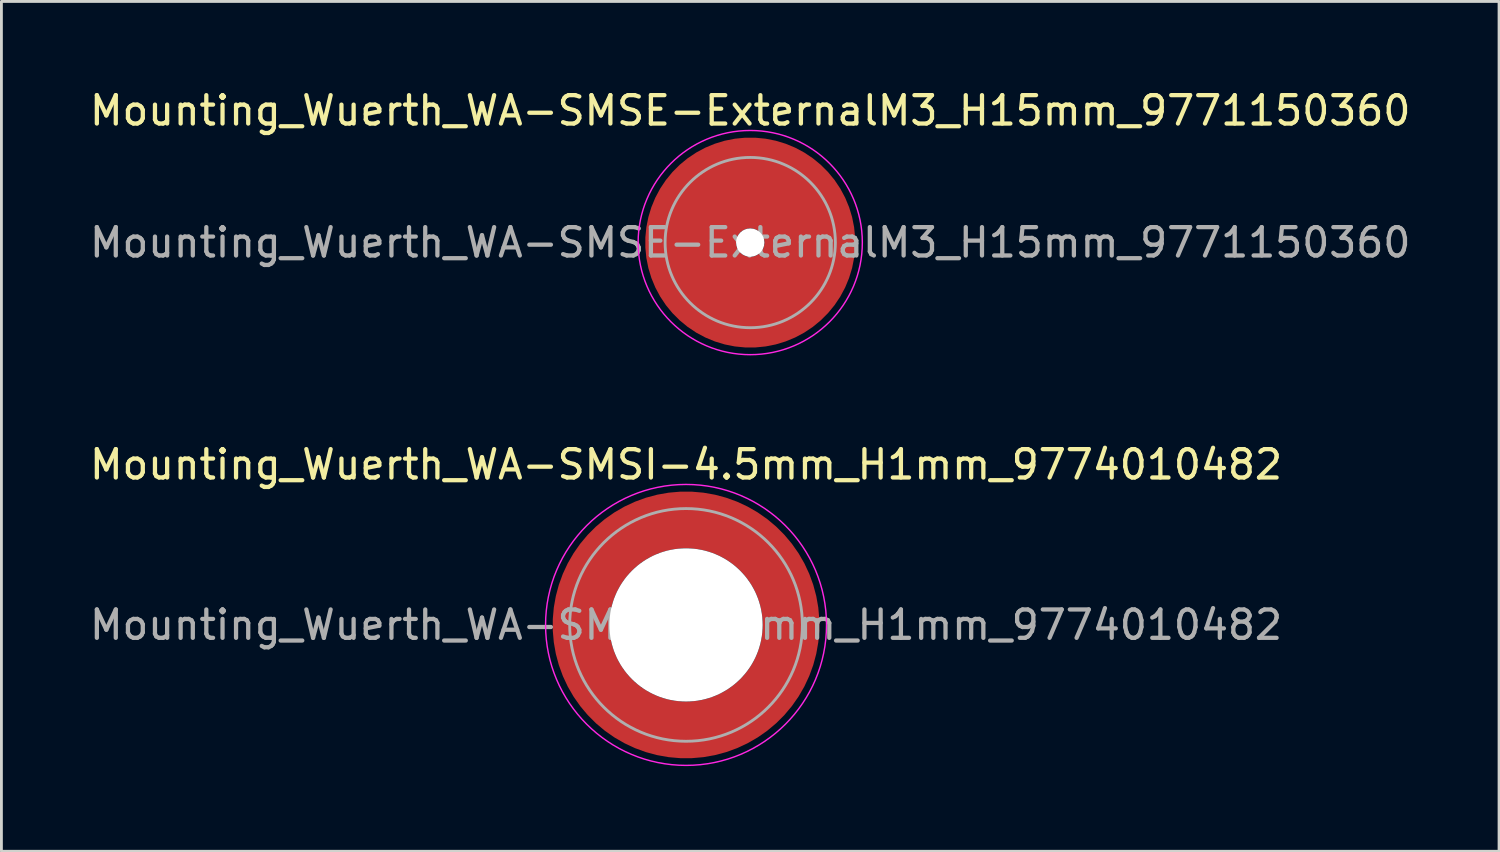
<source format=kicad_pcb>
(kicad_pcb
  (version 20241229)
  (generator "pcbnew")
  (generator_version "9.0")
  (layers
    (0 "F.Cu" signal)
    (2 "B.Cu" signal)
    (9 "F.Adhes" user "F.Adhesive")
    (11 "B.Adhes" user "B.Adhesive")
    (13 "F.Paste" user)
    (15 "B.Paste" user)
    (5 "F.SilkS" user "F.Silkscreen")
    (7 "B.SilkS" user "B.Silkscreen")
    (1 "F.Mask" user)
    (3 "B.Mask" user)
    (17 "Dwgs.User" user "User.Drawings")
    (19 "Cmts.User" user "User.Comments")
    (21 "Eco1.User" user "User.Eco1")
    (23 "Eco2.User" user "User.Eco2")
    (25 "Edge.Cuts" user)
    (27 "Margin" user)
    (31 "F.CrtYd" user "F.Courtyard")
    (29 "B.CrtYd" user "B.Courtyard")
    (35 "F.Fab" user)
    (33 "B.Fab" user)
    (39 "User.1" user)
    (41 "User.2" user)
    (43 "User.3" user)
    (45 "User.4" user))
  (footprint "Mounting_Wuerth_WA-SMSI-4.5mm_H1mm_9774010482"
    (layer "F.Cu")
    (at 21.125 18.971)
    (property "Reference" "Mounting_Wuerth_WA-SMSI-4.5mm_H1mm_9774010482" (at 0 -5.65 0) (layer "F.SilkS") (effects (font (size 1 1) (thickness 0.15))))
    (attr smd)
    (fp_circle (center 0 0) (end 4.95 0) (stroke (width 0.05) (type solid)) (fill no) (layer "F.CrtYd"))
    (fp_circle (center 0 0) (end 4.1 0) (stroke (width 0.1) (type solid)) (fill no) (layer "F.Fab"))
    (fp_text user "${REFERENCE}" (at 0 0 0) (layer "F.Fab") (effects (font (size 1 1) (thickness 0.15))))
    (pad "" smd custom (at -2.607 -2.607) (size 1.495 1.495) (layers "F.Paste") (options (anchor circle)) (primitives (gr_arc (start -0.188183 2.107456) (mid 0.598928 0.599619) (end 2.106494 -0.188011) (width 0.2)) (gr_arc (start -0.289416 2.107456) (mid 0.528508 0.529033) (end 2.106724 -0.28929) (width 0.2)) (gr_arc (start -0.390547 2.107456) (mid 0.457087 0.459449) (end 2.104161 -0.389996) (width 0.2)) (gr_arc (start -0.491585 2.107456) (mid 0.386415 0.389116) (end 2.103685 -0.490974) (width 0.2)) (gr_arc (start -0.59254 2.107456) (mid 0.31649 0.318035) (end 2.105297 -0.592202) (width 0.2)) (gr_arc (start -0.693419 2.107456) (mid 0.245252 0.248268) (end 2.103239 -0.692777) (width 0.2)) (gr_arc (start -0.794229 2.107456) (mid 0.174636 0.177878) (end 2.102921 -0.793559) (width 0.2)) (gr_arc (start -0.894975 2.107456) (mid 0.104643 0.106866) (end 2.104343 -0.894529) (width 0.2)) (gr_arc (start -0.995664 2.107456) (mid 0.033026 0.037479) (end 2.101219 -0.994793) (width 0.2)) (gr_arc (start -1.0963 2.107456) (mid -0.035789 -0.034714) (end 2.105949 -1.096096) (width 0.2)) (gr_arc (start -1.196886 2.107456) (mid -0.106351 -0.105157) (end 2.105783 -1.196666) (width 0.2)) (gr_arc (start -1.297427 2.107456) (mid -0.176416 -0.176097) (end 2.107009 -1.29737) (width 0.2)) (gr_arc (start -1.397927 2.107456) (mid -0.248476 -0.245042) (end 2.102638 -1.397323) (width 0.2)) (gr_arc (start -1.498388 2.107456) (mid -0.317612 -0.316913) (end 2.106475 -1.498268) (width 0.2)) (gr_arc (start -1.598813 2.107456) (mid -0.388865 -0.386665) (end 2.104366 -1.598444) (width 0.2)) (gr_arc (start -1.699204 2.107456) (mid -0.459747 -0.456787) (end 2.103299 -1.698719) (width 0.2)) (gr_arc (start -1.799565 2.107456) (mid -0.530257 -0.527283) (end 2.103277 -1.799089) (width 0.2)) (gr_arc (start -1.899896 2.107456) (mid -0.600396 -0.59815) (end 2.104299 -1.899545) (width 0.2)) (gr_arc (start -1.899896 2.107456) (mid -0.600396 -0.59815) (end 2.104299 -1.899545) (width 0.2)) (gr_line (start 2.107 -0.188) (end 2.107 -1.9) (width 0.2)) (gr_line (start -0.188 2.107) (end -1.9 2.107) (width 0.2))))
    (pad "" smd custom (at -2.607 2.607) (size 1.495 1.495) (layers "F.Paste") (options (anchor circle)) (primitives (gr_arc (start 2.107456 0.188183) (mid 0.599619 -0.598928) (end -0.188011 -2.106494) (width 0.2)) (gr_arc (start 2.107456 0.289416) (mid 0.529033 -0.528508) (end -0.28929 -2.106724) (width 0.2)) (gr_arc (start 2.107456 0.390547) (mid 0.459449 -0.457087) (end -0.389996 -2.104161) (width 0.2)) (gr_arc (start 2.107456 0.491585) (mid 0.389116 -0.386415) (end -0.490974 -2.103685) (width 0.2)) (gr_arc (start 2.107456 0.59254) (mid 0.318035 -0.31649) (end -0.592202 -2.105297) (width 0.2)) (gr_arc (start 2.107456 0.693419) (mid 0.248268 -0.245252) (end -0.692777 -2.103239) (width 0.2)) (gr_arc (start 2.107456 0.794229) (mid 0.177878 -0.174636) (end -0.793559 -2.102921) (width 0.2)) (gr_arc (start 2.107456 0.894975) (mid 0.106866 -0.104643) (end -0.894529 -2.104343) (width 0.2)) (gr_arc (start 2.107456 0.995664) (mid 0.037479 -0.033026) (end -0.994793 -2.101219) (width 0.2)) (gr_arc (start 2.107456 1.0963) (mid -0.034714 0.035789) (end -1.096096 -2.105949) (width 0.2)) (gr_arc (start 2.107456 1.196886) (mid -0.105157 0.106351) (end -1.196666 -2.105783) (width 0.2)) (gr_arc (start 2.107456 1.297427) (mid -0.176097 0.176416) (end -1.29737 -2.107009) (width 0.2)) (gr_arc (start 2.107456 1.397927) (mid -0.245042 0.248476) (end -1.397323 -2.102638) (width 0.2)) (gr_arc (start 2.107456 1.498388) (mid -0.316913 0.317612) (end -1.498268 -2.106475) (width 0.2)) (gr_arc (start 2.107456 1.598813) (mid -0.386665 0.388865) (end -1.598444 -2.104366) (width 0.2)) (gr_arc (start 2.107456 1.699204) (mid -0.456787 0.459747) (end -1.698719 -2.103299) (width 0.2)) (gr_arc (start 2.107456 1.799565) (mid -0.527283 0.530257) (end -1.799089 -2.103277) (width 0.2)) (gr_arc (start 2.107456 1.899896) (mid -0.59815 0.600396) (end -1.899545 -2.104299) (width 0.2)) (gr_arc (start 2.107456 1.899896) (mid -0.59815 0.600396) (end -1.899545 -2.104299) (width 0.2)) (gr_line (start -0.188 -2.107) (end -1.9 -2.107) (width 0.2)) (gr_line (start 2.107 0.188) (end 2.107 1.9) (width 0.2))))
    (pad "" np_thru_hole circle (at 0 0) (size 5.4 5.4) (drill 5.4) (layers "*.Cu" "*.Mask"))
    (pad "" smd custom (at 2.607 -2.607) (size 1.495 1.495) (layers "F.Paste") (options (anchor circle)) (primitives (gr_arc (start -2.107456 -0.188183) (mid -0.599619 0.598928) (end 0.188011 2.106494) (width 0.2)) (gr_arc (start -2.107456 -0.289416) (mid -0.529033 0.528508) (end 0.28929 2.106724) (width 0.2)) (gr_arc (start -2.107456 -0.390547) (mid -0.459449 0.457087) (end 0.389996 2.104161) (width 0.2)) (gr_arc (start -2.107456 -0.491585) (mid -0.389116 0.386415) (end 0.490974 2.103685) (width 0.2)) (gr_arc (start -2.107456 -0.59254) (mid -0.318035 0.31649) (end 0.592202 2.105297) (width 0.2)) (gr_arc (start -2.107456 -0.693419) (mid -0.248268 0.245252) (end 0.692777 2.103239) (width 0.2)) (gr_arc (start -2.107456 -0.794229) (mid -0.177878 0.174636) (end 0.793559 2.102921) (width 0.2)) (gr_arc (start -2.107456 -0.894975) (mid -0.106866 0.104643) (end 0.894529 2.104343) (width 0.2)) (gr_arc (start -2.107456 -0.995664) (mid -0.037479 0.033026) (end 0.994793 2.101219) (width 0.2)) (gr_arc (start -2.107456 -1.0963) (mid 0.034714 -0.035789) (end 1.096096 2.105949) (width 0.2)) (gr_arc (start -2.107456 -1.196886) (mid 0.105157 -0.106351) (end 1.196666 2.105783) (width 0.2)) (gr_arc (start -2.107456 -1.297427) (mid 0.176097 -0.176416) (end 1.29737 2.107009) (width 0.2)) (gr_arc (start -2.107456 -1.397927) (mid 0.245042 -0.248476) (end 1.397323 2.102638) (width 0.2)) (gr_arc (start -2.107456 -1.498388) (mid 0.316913 -0.317612) (end 1.498268 2.106475) (width 0.2)) (gr_arc (start -2.107456 -1.598813) (mid 0.386665 -0.388865) (end 1.598444 2.104366) (width 0.2)) (gr_arc (start -2.107456 -1.699204) (mid 0.456787 -0.459747) (end 1.698719 2.103299) (width 0.2)) (gr_arc (start -2.107456 -1.799565) (mid 0.527283 -0.530257) (end 1.799089 2.103277) (width 0.2)) (gr_arc (start -2.107456 -1.899896) (mid 0.59815 -0.600396) (end 1.899545 2.104299) (width 0.2)) (gr_arc (start -2.107456 -1.899896) (mid 0.59815 -0.600396) (end 1.899545 2.104299) (width 0.2)) (gr_line (start 0.188 2.107) (end 1.9 2.107) (width 0.2)) (gr_line (start -2.107 -0.188) (end -2.107 -1.9) (width 0.2))))
    (pad "" smd custom (at 2.607 2.607) (size 1.495 1.495) (layers "F.Paste") (options (anchor circle)) (primitives (gr_arc (start 0.188183 -2.107456) (mid -0.598928 -0.599619) (end -2.106494 0.188011) (width 0.2)) (gr_arc (start 0.289416 -2.107456) (mid -0.528508 -0.529033) (end -2.106724 0.28929) (width 0.2)) (gr_arc (start 0.390547 -2.107456) (mid -0.457087 -0.459449) (end -2.104161 0.389996) (width 0.2)) (gr_arc (start 0.491585 -2.107456) (mid -0.386415 -0.389116) (end -2.103685 0.490974) (width 0.2)) (gr_arc (start 0.59254 -2.107456) (mid -0.31649 -0.318035) (end -2.105297 0.592202) (width 0.2)) (gr_arc (start 0.693419 -2.107456) (mid -0.245252 -0.248268) (end -2.103239 0.692777) (width 0.2)) (gr_arc (start 0.794229 -2.107456) (mid -0.174636 -0.177878) (end -2.102921 0.793559) (width 0.2)) (gr_arc (start 0.894975 -2.107456) (mid -0.104643 -0.106866) (end -2.104343 0.894529) (width 0.2)) (gr_arc (start 0.995664 -2.107456) (mid -0.033026 -0.037479) (end -2.101219 0.994793) (width 0.2)) (gr_arc (start 1.0963 -2.107456) (mid 0.035789 0.034714) (end -2.105949 1.096096) (width 0.2)) (gr_arc (start 1.196886 -2.107456) (mid 0.106351 0.105157) (end -2.105783 1.196666) (width 0.2)) (gr_arc (start 1.297427 -2.107456) (mid 0.176416 0.176097) (end -2.107009 1.29737) (width 0.2)) (gr_arc (start 1.397927 -2.107456) (mid 0.248476 0.245042) (end -2.102638 1.397323) (width 0.2)) (gr_arc (start 1.498388 -2.107456) (mid 0.317612 0.316913) (end -2.106475 1.498268) (width 0.2)) (gr_arc (start 1.598813 -2.107456) (mid 0.388865 0.386665) (end -2.104366 1.598444) (width 0.2)) (gr_arc (start 1.699204 -2.107456) (mid 0.459747 0.456787) (end -2.103299 1.698719) (width 0.2)) (gr_arc (start 1.799565 -2.107456) (mid 0.530257 0.527283) (end -2.103277 1.799089) (width 0.2)) (gr_arc (start 1.899896 -2.107456) (mid 0.600396 0.59815) (end -2.104299 1.899545) (width 0.2)) (gr_arc (start 1.899896 -2.107456) (mid 0.600396 0.59815) (end -2.104299 1.899545) (width 0.2)) (gr_line (start -2.107 0.188) (end -2.107 1.9) (width 0.2)) (gr_line (start 0.188 -2.107) (end 1.9 -2.107) (width 0.2))))
    (pad "1" smd circle (at -3.7 0) (size 1.6 1.6) (layers "F.Cu"))
    (pad "1" smd circle (at 0 -3.7) (size 1.6 1.6) (layers "F.Cu"))
    (pad "1" smd circle (at 0 3.7) (size 1.6 1.6) (layers "F.Cu"))
    (pad "1" smd custom (at 3.7 0) (size 1.6 1.6) (layers "F.Cu" "F.Mask") (options (anchor circle)) (primitives (gr_circle (center -3.7 0) (end 0 0) (width 2) (fill no)))))
  (footprint "Mounting_Wuerth_WA-SMSE-ExternalM3_H15mm_9771150360"
    (layer "F.Cu")
    (at 23.387 5.498)
    (property "Reference" "Mounting_Wuerth_WA-SMSE-ExternalM3_H15mm_9771150360" (at 0 -4.65 0) (layer "F.SilkS") (effects (font (size 1 1) (thickness 0.15))))
    (attr smd)
    (fp_circle (center 0 0) (end 3.95 0) (stroke (width 0.05) (type solid)) (fill no) (layer "F.CrtYd"))
    (fp_circle (center 0 0) (end 3 0) (stroke (width 0.1) (type solid)) (fill no) (layer "F.Fab"))
    (fp_text user "${REFERENCE}" (at 0 0 0) (layer "F.Fab") (effects (font (size 1 1) (thickness 0.15))))
    (pad "" smd custom (at 0 -2.1) (size 2.6 2.6) (layers "F.Paste") (options (anchor circle)) (primitives (gr_arc (start -0.305123 1.47) (mid -0.000513 1.4) (end 0.3042 1.469554) (width 0.2)) (gr_arc (start -0.493052 1.47) (mid -0.000664 1.3) (end 0.492006 1.469183) (width 0.2)) (gr_arc (start -0.642729 1.47) (mid -0.000361 1.2) (end 0.642223 1.469484) (width 0.2)) (gr_arc (start -0.776595 1.47) (mid -0.00087 1.1) (end 0.775497 1.468649) (width 0.2)) (gr_arc (start -0.901721 1.47) (mid -0.00018 1) (end 0.901515 1.469705) (width 0.2)) (gr_arc (start -1.021323 1.47) (mid -0.000665 0.9) (end 1.020624 1.468868) (width 0.2)) (gr_arc (start -1.137146 1.47) (mid -0.000289 0.8) (end 1.136866 1.469495) (width 0.2)) (gr_arc (start -1.25024 1.47) (mid -0.000155 0.7) (end 1.250101 1.469724) (width 0.2)) (gr_arc (start -1.361286 1.47) (mid -0.000403 0.6) (end 1.360947 1.469268) (width 0.2)) (gr_arc (start -1.470748 1.47) (mid -0.000334 0.5) (end 1.470485 1.469386) (width 0.2)) (gr_arc (start -1.578955 1.47) (mid -0.001427 0.400001) (end 1.577895 1.46735) (width 0.2)) (gr_arc (start -1.686149 1.47) (mid -0.000398 0.3) (end 1.68587 1.469254) (width 0.2)) (gr_arc (start -1.792512 1.47) (mid -0.001173 0.200001) (end 1.791733 1.467788) (width 0.2)) (gr_arc (start -1.898183 1.47) (mid -0.001368 0.100001) (end 1.89732 1.467404) (width 0.2)) (gr_arc (start -2.003272 1.47) (mid -0.001554 0.000001) (end 2.002338 1.467036) (width 0.2)) (gr_arc (start -2.107866 1.47) (mid -0.00037 -0.1) (end 2.107654 1.469292) (width 0.2)) (gr_arc (start -2.212035 1.47) (mid -0.00011 -0.2) (end 2.211975 1.469788) (width 0.2)) (gr_arc (start -2.315837 1.47) (mid -0.001322 -0.3) (end 2.315142 1.46745) (width 0.2)) (gr_arc (start -2.419318 1.47) (mid -0.000179 -0.4) (end 2.419228 1.469653) (width 0.2)) (gr_arc (start -2.522519 1.47) (mid -0.001235 -0.5) (end 2.521919 1.467604) (width 0.2)) (gr_arc (start -2.625471 1.47) (mid -0.000311 -0.6) (end 2.625326 1.469395) (width 0.2)) (gr_arc (start -2.728205 1.47) (mid -0.002303 -0.7) (end 2.727165 1.465513) (width 0.2)) (gr_arc (start -2.830742 1.47) (mid -0.000149 -0.8) (end 2.830677 1.469709) (width 0.2)) (gr_arc (start -2.933104 1.47) (mid -0.001447 -0.899999) (end 2.932495 1.46717) (width 0.2)) (gr_arc (start -3.035309 1.47) (mid -0.001317 -1) (end 3.034773 1.467421) (width 0.2)) (gr_arc (start -3.137372 1.47) (mid -0.002554 -1.099999) (end 3.136362 1.464993) (width 0.2)) (gr_arc (start -3.239305 1.47) (mid -0.002543 -1.199999) (end 3.23833 1.465008) (width 0.2)) (gr_arc (start -3.341123 1.47) (mid -0.001289 -1.3) (end 3.340644 1.467467) (width 0.2)) (gr_arc (start -3.442833 1.47) (mid -0.001847 -1.399999) (end 3.442166 1.466366) (width 0.2)) (gr_line (start 0.305 1.47) (end 3.443 1.47) (width 0.2)) (gr_line (start -0.305 1.47) (end -3.443 1.47) (width 0.2))))
    (pad "" np_thru_hole circle (at 0 0) (size 1 1) (drill 1) (layers "*.Cu" "*.Mask"))
    (pad "" smd custom (at 0 2.1) (size 2.6 2.6) (layers "F.Paste") (options (anchor circle)) (primitives (gr_arc (start 0.305123 -1.47) (mid 0.000513 -1.4) (end -0.3042 -1.469554) (width 0.2)) (gr_arc (start 0.493052 -1.47) (mid 0.000664 -1.3) (end -0.492006 -1.469183) (width 0.2)) (gr_arc (start 0.642729 -1.47) (mid 0.000361 -1.2) (end -0.642223 -1.469484) (width 0.2)) (gr_arc (start 0.776595 -1.47) (mid 0.00087 -1.1) (end -0.775497 -1.468649) (width 0.2)) (gr_arc (start 0.901721 -1.47) (mid 0.00018 -1) (end -0.901515 -1.469705) (width 0.2)) (gr_arc (start 1.021323 -1.47) (mid 0.000665 -0.9) (end -1.020624 -1.468868) (width 0.2)) (gr_arc (start 1.137146 -1.47) (mid 0.000289 -0.8) (end -1.136866 -1.469495) (width 0.2)) (gr_arc (start 1.25024 -1.47) (mid 0.000155 -0.7) (end -1.250101 -1.469724) (width 0.2)) (gr_arc (start 1.361286 -1.47) (mid 0.000403 -0.6) (end -1.360947 -1.469268) (width 0.2)) (gr_arc (start 1.470748 -1.47) (mid 0.000334 -0.5) (end -1.470485 -1.469386) (width 0.2)) (gr_arc (start 1.578955 -1.47) (mid 0.001427 -0.400001) (end -1.577895 -1.46735) (width 0.2)) (gr_arc (start 1.686149 -1.47) (mid 0.000398 -0.3) (end -1.68587 -1.469254) (width 0.2)) (gr_arc (start 1.792512 -1.47) (mid 0.001173 -0.200001) (end -1.791733 -1.467788) (width 0.2)) (gr_arc (start 1.898183 -1.47) (mid 0.001368 -0.100001) (end -1.89732 -1.467404) (width 0.2)) (gr_arc (start 2.003272 -1.47) (mid 0.001554 -0.000001) (end -2.002338 -1.467036) (width 0.2)) (gr_arc (start 2.107866 -1.47) (mid 0.00037 0.1) (end -2.107654 -1.469292) (width 0.2)) (gr_arc (start 2.212035 -1.47) (mid 0.00011 0.2) (end -2.211975 -1.469788) (width 0.2)) (gr_arc (start 2.315837 -1.47) (mid 0.001322 0.3) (end -2.315142 -1.46745) (width 0.2)) (gr_arc (start 2.419318 -1.47) (mid 0.000179 0.4) (end -2.419228 -1.469653) (width 0.2)) (gr_arc (start 2.522519 -1.47) (mid 0.001235 0.5) (end -2.521919 -1.467604) (width 0.2)) (gr_arc (start 2.625471 -1.47) (mid 0.000311 0.6) (end -2.625326 -1.469395) (width 0.2)) (gr_arc (start 2.728205 -1.47) (mid 0.002303 0.7) (end -2.727165 -1.465513) (width 0.2)) (gr_arc (start 2.830742 -1.47) (mid 0.000149 0.8) (end -2.830677 -1.469709) (width 0.2)) (gr_arc (start 2.933104 -1.47) (mid 0.001447 0.899999) (end -2.932495 -1.46717) (width 0.2)) (gr_arc (start 3.035309 -1.47) (mid 0.001317 1) (end -3.034773 -1.467421) (width 0.2)) (gr_arc (start 3.137372 -1.47) (mid 0.002554 1.099999) (end -3.136362 -1.464993) (width 0.2)) (gr_arc (start 3.239305 -1.47) (mid 0.002543 1.199999) (end -3.23833 -1.465008) (width 0.2)) (gr_arc (start 3.341123 -1.47) (mid 0.001289 1.3) (end -3.340644 -1.467467) (width 0.2)) (gr_arc (start 3.442833 -1.47) (mid 0.001847 1.399999) (end -3.442166 -1.466366) (width 0.2)) (gr_line (start -0.305 -1.47) (end -3.443 -1.47) (width 0.2)) (gr_line (start 0.305 -1.47) (end 3.443 -1.47) (width 0.2))))
    (pad "1" smd circle (at -2.1 0) (size 2.8 2.8) (layers "F.Cu"))
    (pad "1" smd circle (at 0 -2.1) (size 2.8 2.8) (layers "F.Cu"))
    (pad "1" smd circle (at 0 2.1) (size 2.8 2.8) (layers "F.Cu"))
    (pad "1" smd custom (at 2.1 0) (size 2.8 2.8) (layers "F.Cu" "F.Mask") (options (anchor circle)) (primitives (gr_circle (center -2.1 0) (end 0 0) (width 3.2) (fill no)))))
  (gr_rect
    (start -3 -3)
    (end 49.774 26.947)
    (stroke (width 0.1) (type default))
    (fill no)
    (layer "Edge.Cuts")))
</source>
